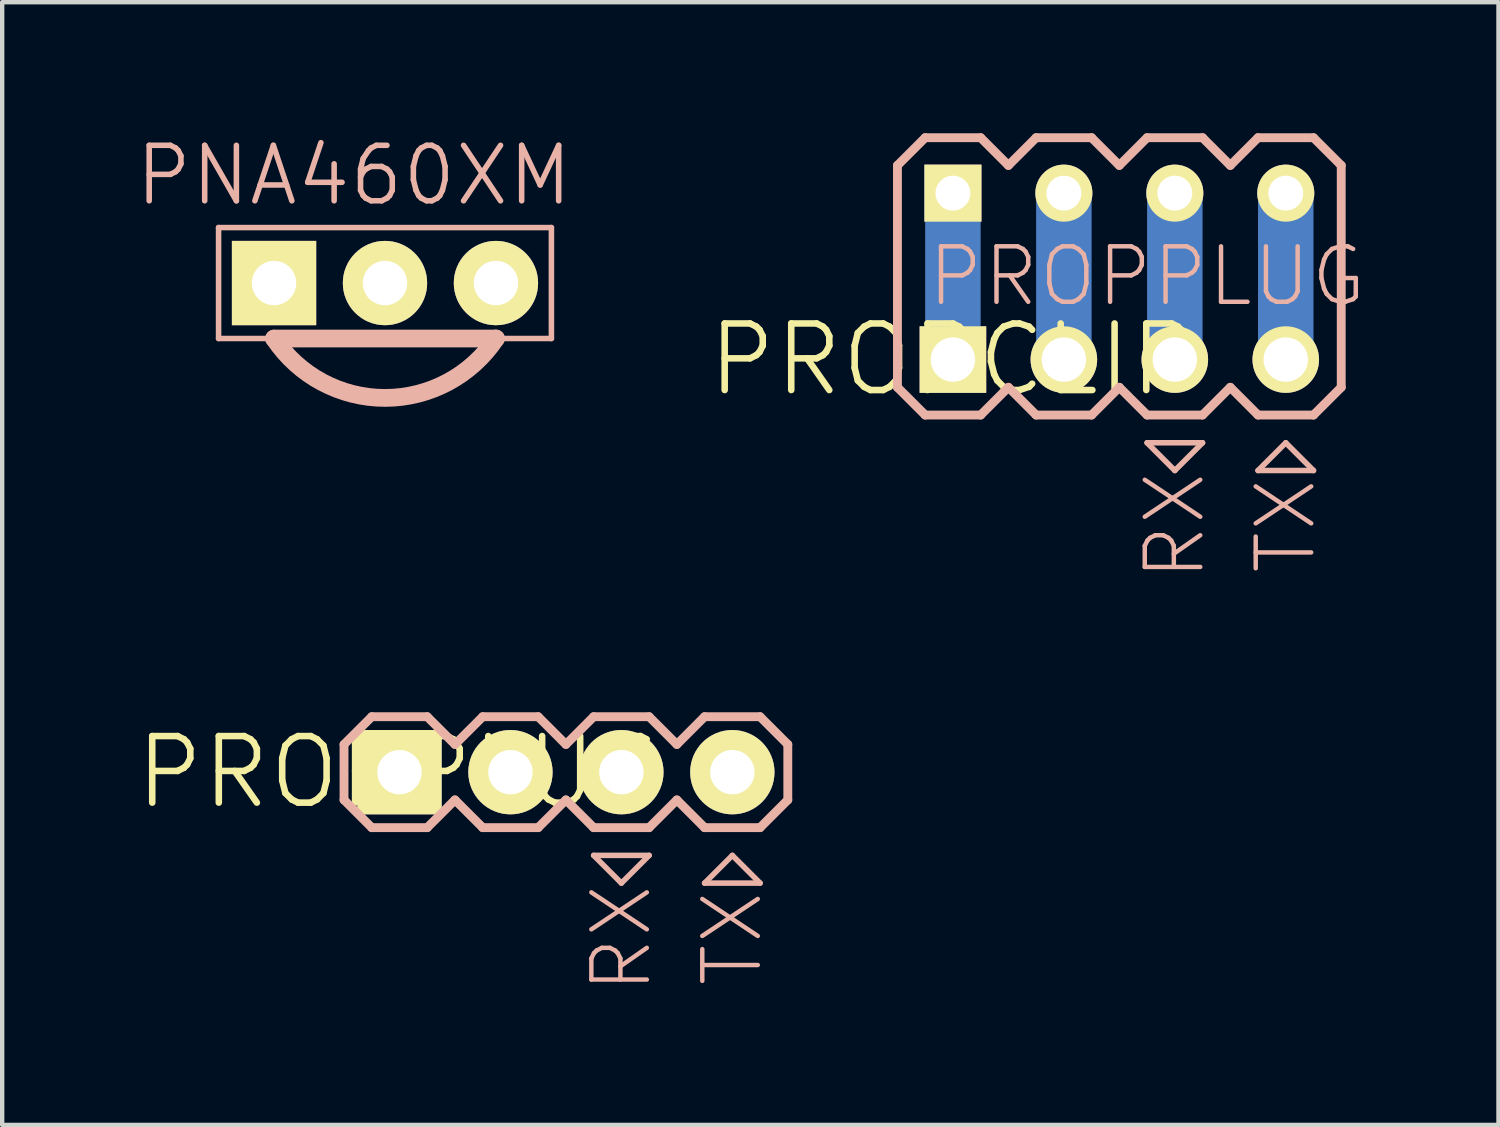
<source format=kicad_pcb>
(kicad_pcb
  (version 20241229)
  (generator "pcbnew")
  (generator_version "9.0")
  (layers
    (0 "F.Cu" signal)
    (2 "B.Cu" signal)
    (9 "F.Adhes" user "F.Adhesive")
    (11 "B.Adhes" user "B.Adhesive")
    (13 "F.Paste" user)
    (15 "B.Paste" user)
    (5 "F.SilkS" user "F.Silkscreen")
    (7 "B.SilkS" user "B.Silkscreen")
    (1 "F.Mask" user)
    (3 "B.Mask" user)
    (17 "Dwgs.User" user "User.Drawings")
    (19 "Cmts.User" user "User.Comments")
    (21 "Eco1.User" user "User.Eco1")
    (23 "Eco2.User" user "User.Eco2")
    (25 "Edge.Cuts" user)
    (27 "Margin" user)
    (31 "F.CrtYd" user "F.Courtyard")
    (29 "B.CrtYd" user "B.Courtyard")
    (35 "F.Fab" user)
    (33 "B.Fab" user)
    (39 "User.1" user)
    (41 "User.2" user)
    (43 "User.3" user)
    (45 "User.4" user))
  (footprint "PROPCLIP"
    (layer "F.Cu")
    (at 18.766 5.182)
    (property "Reference" "PROPCLIP" (at 0 0 0) (layer "F.SilkS") (effects (font (size 1.524 1.524) (thickness 0.15))))
    (attr exclude_from_pos_files exclude_from_bom)
    (fp_line (start 0 0) (end 0 -3.81) (stroke (width 1.27) (type solid)) (layer "B.Cu"))
    (fp_line (start 2.54 0) (end 2.54 -3.81) (stroke (width 1.27) (type solid)) (layer "B.Cu"))
    (fp_line (start 5.08 0) (end 5.08 -3.81) (stroke (width 1.27) (type solid)) (layer "B.Cu"))
    (fp_line (start 7.62 0) (end 7.62 -3.81) (stroke (width 1.27) (type solid)) (layer "B.Cu"))
    (fp_line (start -0.254 -0.254) (end 0.254 -0.254) (stroke (width 0.066) (type solid)) (layer "F.SilkS"))
    (fp_line (start -0.254 0.254) (end -0.254 -0.254) (stroke (width 0.066) (type solid)) (layer "F.SilkS"))
    (fp_line (start -0.254 0.254) (end 0.254 0.254) (stroke (width 0.066) (type solid)) (layer "F.SilkS"))
    (fp_line (start 0.254 0.254) (end 0.254 -0.254) (stroke (width 0.066) (type solid)) (layer "F.SilkS"))
    (fp_line (start 2.286 -0.254) (end 2.794 -0.254) (stroke (width 0.066) (type solid)) (layer "F.SilkS"))
    (fp_line (start 2.286 0.254) (end 2.286 -0.254) (stroke (width 0.066) (type solid)) (layer "F.SilkS"))
    (fp_line (start 2.286 0.254) (end 2.794 0.254) (stroke (width 0.066) (type solid)) (layer "F.SilkS"))
    (fp_line (start 2.794 0.254) (end 2.794 -0.254) (stroke (width 0.066) (type solid)) (layer "F.SilkS"))
    (fp_line (start 4.826 -0.254) (end 5.334 -0.254) (stroke (width 0.066) (type solid)) (layer "F.SilkS"))
    (fp_line (start 4.826 0.254) (end 4.826 -0.254) (stroke (width 0.066) (type solid)) (layer "F.SilkS"))
    (fp_line (start 4.826 0.254) (end 5.334 0.254) (stroke (width 0.066) (type solid)) (layer "F.SilkS"))
    (fp_line (start 5.334 0.254) (end 5.334 -0.254) (stroke (width 0.066) (type solid)) (layer "F.SilkS"))
    (fp_line (start 7.366 -0.254) (end 7.874 -0.254) (stroke (width 0.066) (type solid)) (layer "F.SilkS"))
    (fp_line (start 7.366 0.254) (end 7.366 -0.254) (stroke (width 0.066) (type solid)) (layer "F.SilkS"))
    (fp_line (start 7.366 0.254) (end 7.874 0.254) (stroke (width 0.066) (type solid)) (layer "F.SilkS"))
    (fp_line (start 7.874 0.254) (end 7.874 -0.254) (stroke (width 0.066) (type solid)) (layer "F.SilkS"))
    (fp_line (start -1.27 -4.445) (end -1.27 0.635) (stroke (width 0.203) (type solid)) (layer "B.SilkS"))
    (fp_line (start -1.27 0.635) (end -0.635 1.27) (stroke (width 0.203) (type solid)) (layer "B.SilkS"))
    (fp_line (start -0.635 -5.08) (end -1.27 -4.445) (stroke (width 0.203) (type solid)) (layer "B.SilkS"))
    (fp_line (start -0.635 -5.08) (end 0.635 -5.08) (stroke (width 0.203) (type solid)) (layer "B.SilkS"))
    (fp_line (start 0.635 -5.08) (end 1.27 -4.445) (stroke (width 0.203) (type solid)) (layer "B.SilkS"))
    (fp_line (start 0.635 1.27) (end -0.635 1.27) (stroke (width 0.203) (type solid)) (layer "B.SilkS"))
    (fp_line (start 1.27 -4.445) (end 1.905 -5.08) (stroke (width 0.203) (type solid)) (layer "B.SilkS"))
    (fp_line (start 1.27 0.635) (end 0.635 1.27) (stroke (width 0.203) (type solid)) (layer "B.SilkS"))
    (fp_line (start 1.905 -5.08) (end 3.175 -5.08) (stroke (width 0.203) (type solid)) (layer "B.SilkS"))
    (fp_line (start 1.905 1.27) (end 1.27 0.635) (stroke (width 0.203) (type solid)) (layer "B.SilkS"))
    (fp_line (start 3.175 -5.08) (end 3.81 -4.445) (stroke (width 0.203) (type solid)) (layer "B.SilkS"))
    (fp_line (start 3.175 1.27) (end 1.905 1.27) (stroke (width 0.203) (type solid)) (layer "B.SilkS"))
    (fp_line (start 3.81 -4.445) (end 4.445 -5.08) (stroke (width 0.203) (type solid)) (layer "B.SilkS"))
    (fp_line (start 3.81 0.635) (end 3.175 1.27) (stroke (width 0.203) (type solid)) (layer "B.SilkS"))
    (fp_line (start 4.445 -5.08) (end 5.715 -5.08) (stroke (width 0.203) (type solid)) (layer "B.SilkS"))
    (fp_line (start 4.445 1.27) (end 3.81 0.635) (stroke (width 0.203) (type solid)) (layer "B.SilkS"))
    (fp_line (start 4.445 1.905) (end 5.715 1.905) (stroke (width 0.127) (type solid)) (layer "B.SilkS"))
    (fp_line (start 5.08 2.54) (end 4.445 1.905) (stroke (width 0.127) (type solid)) (layer "B.SilkS"))
    (fp_line (start 5.715 -5.08) (end 6.35 -4.445) (stroke (width 0.203) (type solid)) (layer "B.SilkS"))
    (fp_line (start 5.715 1.27) (end 4.445 1.27) (stroke (width 0.203) (type solid)) (layer "B.SilkS"))
    (fp_line (start 5.715 1.905) (end 5.08 2.54) (stroke (width 0.127) (type solid)) (layer "B.SilkS"))
    (fp_line (start 6.35 0.635) (end 5.715 1.27) (stroke (width 0.203) (type solid)) (layer "B.SilkS"))
    (fp_line (start 6.35 0.635) (end 6.985 1.27) (stroke (width 0.203) (type solid)) (layer "B.SilkS"))
    (fp_line (start 6.985 -5.08) (end 6.35 -4.445) (stroke (width 0.203) (type solid)) (layer "B.SilkS"))
    (fp_line (start 6.985 -5.08) (end 8.255 -5.08) (stroke (width 0.203) (type solid)) (layer "B.SilkS"))
    (fp_line (start 6.985 2.54) (end 8.255 2.54) (stroke (width 0.127) (type solid)) (layer "B.SilkS"))
    (fp_line (start 7.62 1.905) (end 6.985 2.54) (stroke (width 0.127) (type solid)) (layer "B.SilkS"))
    (fp_line (start 8.255 -5.08) (end 8.89 -4.445) (stroke (width 0.203) (type solid)) (layer "B.SilkS"))
    (fp_line (start 8.255 1.27) (end 6.985 1.27) (stroke (width 0.203) (type solid)) (layer "B.SilkS"))
    (fp_line (start 8.255 2.54) (end 7.62 1.905) (stroke (width 0.127) (type solid)) (layer "B.SilkS"))
    (fp_line (start 8.89 -4.445) (end 8.89 0.635) (stroke (width 0.203) (type solid)) (layer "B.SilkS"))
    (fp_line (start 8.89 0.635) (end 8.255 1.27) (stroke (width 0.203) (type solid)) (layer "B.SilkS"))
    (fp_text user "PROPPLUG" (at 4.445 -1.905 0) (layer "B.SilkS") (effects (font (size 1.27 1.27) (thickness 0.102))))
    (fp_text user "RX" (at 5.08 3.81 270) (layer "B.SilkS") (effects (font (size 1.27 1.27) (thickness 0.102))))
    (fp_text user "TX" (at 7.62 3.81 270) (layer "B.SilkS") (effects (font (size 1.27 1.27) (thickness 0.102))))
    (pad "GND" thru_hole rect (at 0 0) (size 1.524 1.524) (drill 1.016) (layers "*.Cu" "F.Mask" "F.SilkS" "F.Paste"))
    (pad "P$1" thru_hole rect (at 0 -3.81) (size 1.306 1.306) (drill 0.798) (layers "*.Cu" "F.Mask" "F.SilkS" "F.Paste"))
    (pad "P$2" thru_hole circle (at 2.54 -3.81) (size 1.306 1.306) (drill 0.798) (layers "*.Cu" "F.Mask" "F.SilkS" "F.Paste"))
    (pad "P$3" thru_hole circle (at 5.08 -3.81) (size 1.306 1.306) (drill 0.798) (layers "*.Cu" "F.Mask" "F.SilkS" "F.Paste"))
    (pad "P$4" thru_hole circle (at 7.62 -3.81) (size 1.306 1.306) (drill 0.798) (layers "*.Cu" "F.Mask" "F.SilkS" "F.Paste"))
    (pad "RST" thru_hole circle (at 2.54 0) (size 1.524 1.524) (drill 1.016) (layers "*.Cu" "F.Mask" "F.SilkS" "F.Paste"))
    (pad "RX" thru_hole circle (at 5.08 0) (size 1.524 1.524) (drill 1.016) (layers "*.Cu" "F.Mask" "F.SilkS" "F.Paste"))
    (pad "TX" thru_hole circle (at 7.62 0) (size 1.524 1.524) (drill 1.016) (layers "*.Cu" "F.Mask" "F.SilkS" "F.Paste")))
  (footprint "PROPPLUG"
    (layer "F.Cu")
    (at 6.096 14.628)
    (property "Reference" "PROPPLUG" (at 0 0 0) (layer "F.SilkS") (effects (font (size 1.524 1.524) (thickness 0.15))))
    (attr exclude_from_pos_files exclude_from_bom)
    (fp_line (start -0.254 -0.254) (end 0.254 -0.254) (stroke (width 0.066) (type solid)) (layer "F.SilkS"))
    (fp_line (start -0.254 0.254) (end -0.254 -0.254) (stroke (width 0.066) (type solid)) (layer "F.SilkS"))
    (fp_line (start -0.254 0.254) (end 0.254 0.254) (stroke (width 0.066) (type solid)) (layer "F.SilkS"))
    (fp_line (start 0.254 0.254) (end 0.254 -0.254) (stroke (width 0.066) (type solid)) (layer "F.SilkS"))
    (fp_line (start 2.286 -0.254) (end 2.794 -0.254) (stroke (width 0.066) (type solid)) (layer "F.SilkS"))
    (fp_line (start 2.286 0.254) (end 2.286 -0.254) (stroke (width 0.066) (type solid)) (layer "F.SilkS"))
    (fp_line (start 2.286 0.254) (end 2.794 0.254) (stroke (width 0.066) (type solid)) (layer "F.SilkS"))
    (fp_line (start 2.794 0.254) (end 2.794 -0.254) (stroke (width 0.066) (type solid)) (layer "F.SilkS"))
    (fp_line (start 4.826 -0.254) (end 5.334 -0.254) (stroke (width 0.066) (type solid)) (layer "F.SilkS"))
    (fp_line (start 4.826 0.254) (end 4.826 -0.254) (stroke (width 0.066) (type solid)) (layer "F.SilkS"))
    (fp_line (start 4.826 0.254) (end 5.334 0.254) (stroke (width 0.066) (type solid)) (layer "F.SilkS"))
    (fp_line (start 5.334 0.254) (end 5.334 -0.254) (stroke (width 0.066) (type solid)) (layer "F.SilkS"))
    (fp_line (start 7.366 -0.254) (end 7.874 -0.254) (stroke (width 0.066) (type solid)) (layer "F.SilkS"))
    (fp_line (start 7.366 0.254) (end 7.366 -0.254) (stroke (width 0.066) (type solid)) (layer "F.SilkS"))
    (fp_line (start 7.366 0.254) (end 7.874 0.254) (stroke (width 0.066) (type solid)) (layer "F.SilkS"))
    (fp_line (start 7.874 0.254) (end 7.874 -0.254) (stroke (width 0.066) (type solid)) (layer "F.SilkS"))
    (fp_line (start -1.27 -0.635) (end -1.27 0.635) (stroke (width 0.203) (type solid)) (layer "B.SilkS"))
    (fp_line (start -1.27 0.635) (end -0.635 1.27) (stroke (width 0.203) (type solid)) (layer "B.SilkS"))
    (fp_line (start -0.635 -1.27) (end -1.27 -0.635) (stroke (width 0.203) (type solid)) (layer "B.SilkS"))
    (fp_line (start -0.635 -1.27) (end 0.635 -1.27) (stroke (width 0.203) (type solid)) (layer "B.SilkS"))
    (fp_line (start 0.635 -1.27) (end 1.27 -0.635) (stroke (width 0.203) (type solid)) (layer "B.SilkS"))
    (fp_line (start 0.635 1.27) (end -0.635 1.27) (stroke (width 0.203) (type solid)) (layer "B.SilkS"))
    (fp_line (start 1.27 -0.635) (end 1.905 -1.27) (stroke (width 0.203) (type solid)) (layer "B.SilkS"))
    (fp_line (start 1.27 0.635) (end 0.635 1.27) (stroke (width 0.203) (type solid)) (layer "B.SilkS"))
    (fp_line (start 1.905 -1.27) (end 3.175 -1.27) (stroke (width 0.203) (type solid)) (layer "B.SilkS"))
    (fp_line (start 1.905 1.27) (end 1.27 0.635) (stroke (width 0.203) (type solid)) (layer "B.SilkS"))
    (fp_line (start 3.175 -1.27) (end 3.81 -0.635) (stroke (width 0.203) (type solid)) (layer "B.SilkS"))
    (fp_line (start 3.175 1.27) (end 1.905 1.27) (stroke (width 0.203) (type solid)) (layer "B.SilkS"))
    (fp_line (start 3.81 -0.635) (end 4.445 -1.27) (stroke (width 0.203) (type solid)) (layer "B.SilkS"))
    (fp_line (start 3.81 0.635) (end 3.175 1.27) (stroke (width 0.203) (type solid)) (layer "B.SilkS"))
    (fp_line (start 4.445 -1.27) (end 5.715 -1.27) (stroke (width 0.203) (type solid)) (layer "B.SilkS"))
    (fp_line (start 4.445 1.27) (end 3.81 0.635) (stroke (width 0.203) (type solid)) (layer "B.SilkS"))
    (fp_line (start 4.445 1.905) (end 5.715 1.905) (stroke (width 0.127) (type solid)) (layer "B.SilkS"))
    (fp_line (start 5.08 2.54) (end 4.445 1.905) (stroke (width 0.127) (type solid)) (layer "B.SilkS"))
    (fp_line (start 5.715 -1.27) (end 6.35 -0.635) (stroke (width 0.203) (type solid)) (layer "B.SilkS"))
    (fp_line (start 5.715 1.27) (end 4.445 1.27) (stroke (width 0.203) (type solid)) (layer "B.SilkS"))
    (fp_line (start 5.715 1.905) (end 5.08 2.54) (stroke (width 0.127) (type solid)) (layer "B.SilkS"))
    (fp_line (start 6.35 0.635) (end 5.715 1.27) (stroke (width 0.203) (type solid)) (layer "B.SilkS"))
    (fp_line (start 6.35 0.635) (end 6.985 1.27) (stroke (width 0.203) (type solid)) (layer "B.SilkS"))
    (fp_line (start 6.985 -1.27) (end 6.35 -0.635) (stroke (width 0.203) (type solid)) (layer "B.SilkS"))
    (fp_line (start 6.985 -1.27) (end 8.255 -1.27) (stroke (width 0.203) (type solid)) (layer "B.SilkS"))
    (fp_line (start 6.985 2.54) (end 8.255 2.54) (stroke (width 0.127) (type solid)) (layer "B.SilkS"))
    (fp_line (start 7.62 1.905) (end 6.985 2.54) (stroke (width 0.127) (type solid)) (layer "B.SilkS"))
    (fp_line (start 8.255 -1.27) (end 8.89 -0.635) (stroke (width 0.203) (type solid)) (layer "B.SilkS"))
    (fp_line (start 8.255 1.27) (end 6.985 1.27) (stroke (width 0.203) (type solid)) (layer "B.SilkS"))
    (fp_line (start 8.255 2.54) (end 7.62 1.905) (stroke (width 0.127) (type solid)) (layer "B.SilkS"))
    (fp_line (start 8.89 -0.635) (end 8.89 0.635) (stroke (width 0.203) (type solid)) (layer "B.SilkS"))
    (fp_line (start 8.89 0.635) (end 8.255 1.27) (stroke (width 0.203) (type solid)) (layer "B.SilkS"))
    (fp_text user "TX" (at 7.62 3.81 270) (layer "B.SilkS") (effects (font (size 1.27 1.27) (thickness 0.102))))
    (fp_text user "RX" (at 5.08 3.81 270) (layer "B.SilkS") (effects (font (size 1.27 1.27) (thickness 0.102))))
    (pad "GND" thru_hole rect (at 0 0) (size 1.93 1.93) (drill 1.016) (layers "*.Cu" "F.Mask" "F.SilkS" "F.Paste"))
    (pad "RST" thru_hole circle (at 2.54 0) (size 1.93 1.93) (drill 1.016) (layers "*.Cu" "F.Mask" "F.SilkS" "F.Paste"))
    (pad "RX" thru_hole circle (at 5.08 0) (size 1.93 1.93) (drill 1.016) (layers "*.Cu" "F.Mask" "F.SilkS" "F.Paste"))
    (pad "TX" thru_hole circle (at 7.62 0) (size 1.93 1.93) (drill 1.016) (layers "*.Cu" "F.Mask" "F.SilkS" "F.Paste")))
  (footprint "PNA460XM"
    (layer "F.Cu")
    (at 5.764 3.43)
    (property "Reference" "PNA460XM" (at -0.711 -2.464 0) (layer "B.SilkS") (effects (font (size 1.27 1.27) (thickness 0.127))))
    (attr exclude_from_pos_files exclude_from_bom)
    (fp_line (start -2.794 -0.254) (end -2.286 -0.254) (stroke (width 0.066) (type solid)) (layer "F.SilkS"))
    (fp_line (start -2.794 0.254) (end -2.794 -0.254) (stroke (width 0.066) (type solid)) (layer "F.SilkS"))
    (fp_line (start -2.794 0.254) (end -2.286 0.254) (stroke (width 0.066) (type solid)) (layer "F.SilkS"))
    (fp_line (start -2.286 0.254) (end -2.286 -0.254) (stroke (width 0.066) (type solid)) (layer "F.SilkS"))
    (fp_line (start -0.254 -0.254) (end 0.254 -0.254) (stroke (width 0.066) (type solid)) (layer "F.SilkS"))
    (fp_line (start -0.254 0.254) (end -0.254 -0.254) (stroke (width 0.066) (type solid)) (layer "F.SilkS"))
    (fp_line (start -0.254 0.254) (end 0.254 0.254) (stroke (width 0.066) (type solid)) (layer "F.SilkS"))
    (fp_line (start 0.254 0.254) (end 0.254 -0.254) (stroke (width 0.066) (type solid)) (layer "F.SilkS"))
    (fp_line (start 2.286 -0.254) (end 2.794 -0.254) (stroke (width 0.066) (type solid)) (layer "F.SilkS"))
    (fp_line (start 2.286 0.254) (end 2.286 -0.254) (stroke (width 0.066) (type solid)) (layer "F.SilkS"))
    (fp_line (start 2.286 0.254) (end 2.794 0.254) (stroke (width 0.066) (type solid)) (layer "F.SilkS"))
    (fp_line (start 2.794 0.254) (end 2.794 -0.254) (stroke (width 0.066) (type solid)) (layer "F.SilkS"))
    (fp_line (start -3.81 -1.27) (end -3.81 1.27) (stroke (width 0.127) (type solid)) (layer "B.SilkS"))
    (fp_line (start -3.81 1.27) (end -2.54 1.27) (stroke (width 0.127) (type solid)) (layer "B.SilkS"))
    (fp_line (start -2.54 1.27) (end 2.54 1.27) (stroke (width 0.406) (type solid)) (layer "B.SilkS"))
    (fp_line (start 2.54 1.27) (end 3.81 1.27) (stroke (width 0.127) (type solid)) (layer "B.SilkS"))
    (fp_line (start 3.81 -1.27) (end -3.81 -1.27) (stroke (width 0.127) (type solid)) (layer "B.SilkS"))
    (fp_line (start 3.81 1.27) (end 3.81 -1.27) (stroke (width 0.127) (type solid)) (layer "B.SilkS"))
    (fp_arc (start 2.54 1.27) (mid 0.001938 2.63012) (end -2.537849 1.273225) (stroke (width 0.4064) (type solid)) (layer "B.SilkS"))
    (pad "1" thru_hole rect (at -2.54 0) (size 1.93 1.93) (drill 1.016) (layers "*.Cu" "F.Mask" "F.SilkS" "F.Paste"))
    (pad "2" thru_hole circle (at 0 0) (size 1.93 1.93) (drill 1.016) (layers "*.Cu" "F.Mask" "F.SilkS" "F.Paste"))
    (pad "3" thru_hole circle (at 2.54 0) (size 1.93 1.93) (drill 1.016) (layers "*.Cu" "F.Mask" "F.SilkS" "F.Paste")))
  (gr_rect
    (start -3 -3)
    (end 31.256 22.704)
    (stroke (width 0.1) (type default))
    (fill no)
    (layer "Edge.Cuts")))
</source>
